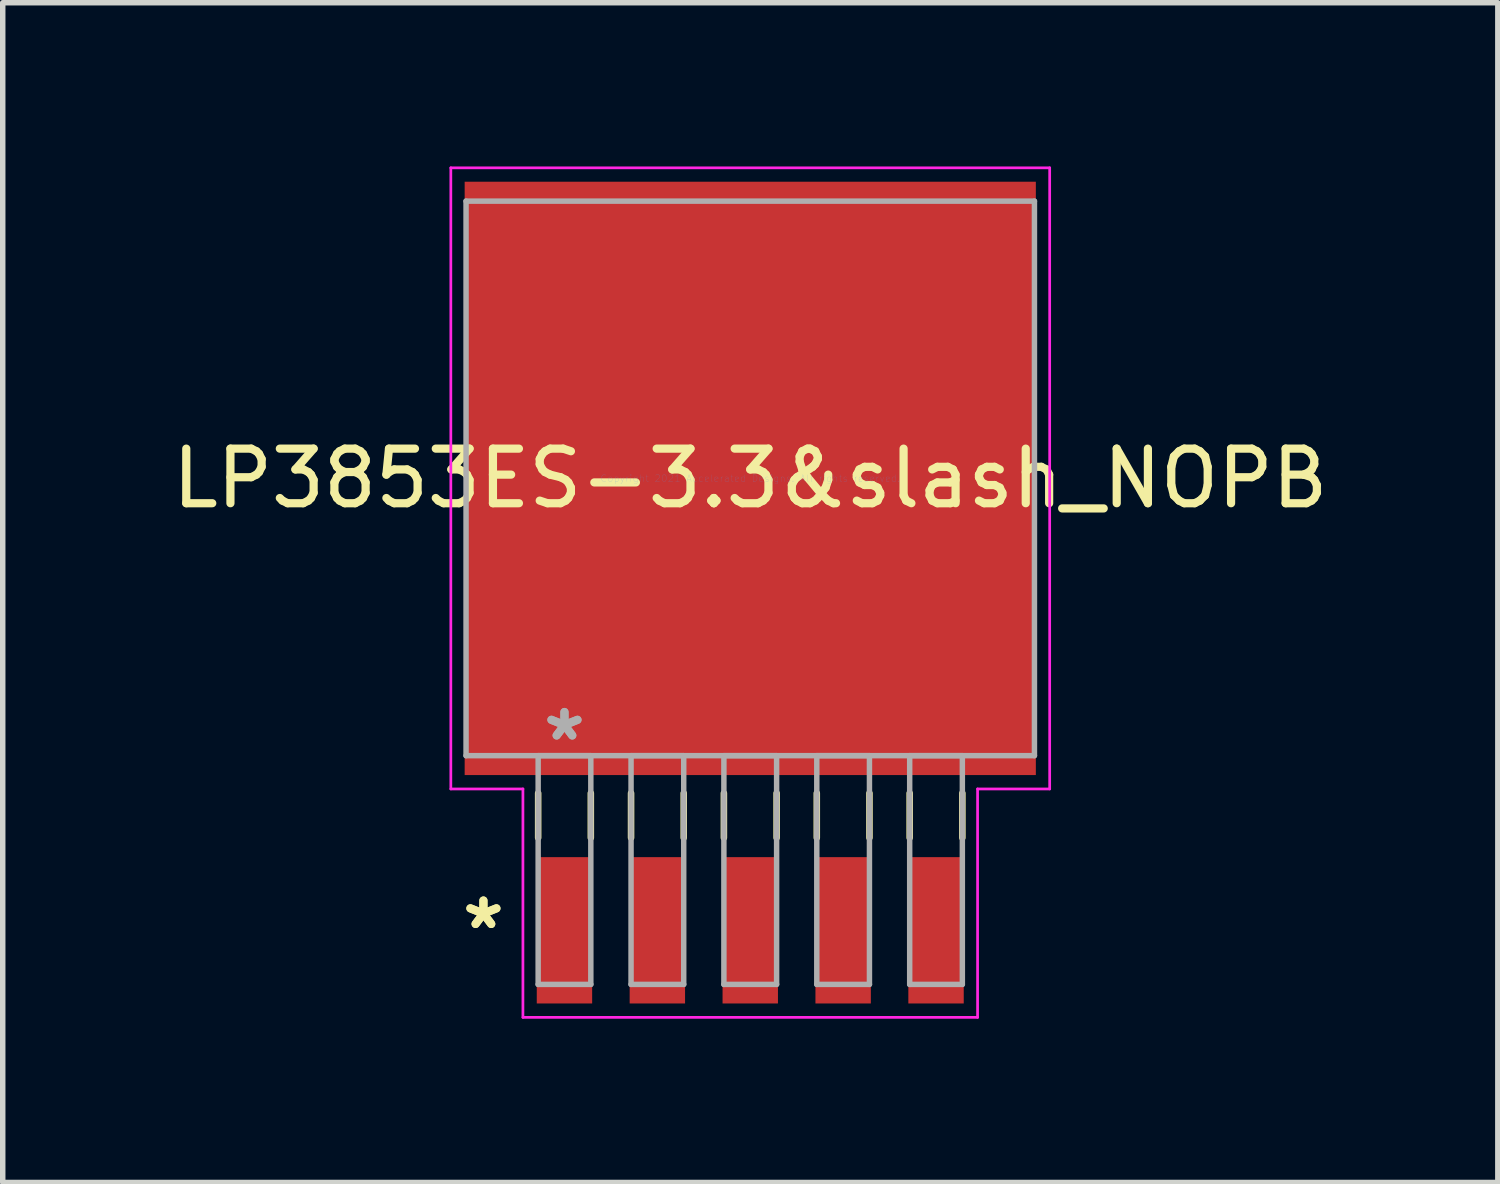
<source format=kicad_pcb>
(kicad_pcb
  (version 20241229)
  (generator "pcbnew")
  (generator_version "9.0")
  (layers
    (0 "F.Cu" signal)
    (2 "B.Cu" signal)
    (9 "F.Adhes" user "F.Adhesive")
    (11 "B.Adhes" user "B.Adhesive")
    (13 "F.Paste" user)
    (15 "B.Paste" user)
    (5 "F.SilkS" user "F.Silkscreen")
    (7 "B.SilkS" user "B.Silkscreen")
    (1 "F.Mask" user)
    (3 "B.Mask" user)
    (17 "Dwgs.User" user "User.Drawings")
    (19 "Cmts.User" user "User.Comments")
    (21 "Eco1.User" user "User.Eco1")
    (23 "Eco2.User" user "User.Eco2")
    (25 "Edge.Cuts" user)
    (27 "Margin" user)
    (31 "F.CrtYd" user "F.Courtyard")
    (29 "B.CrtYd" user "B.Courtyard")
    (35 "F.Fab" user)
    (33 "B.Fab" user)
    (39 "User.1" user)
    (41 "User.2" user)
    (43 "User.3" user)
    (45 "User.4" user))
  (footprint "LP3853ES-3.3&slash_NOPB"
    (layer "F.Cu")
    (at 10.696 5.715)
    (property "Reference" "LP3853ES-3.3&slash_NOPB" (at 0 0 0) (layer "F.SilkS") (effects (font (size 1 1) (thickness 0.15))))
    (attr through_hole)
    (fp_line (start -3.886 5.768) (end -3.886 6.584) (stroke (width 0.12) (type solid)) (layer "F.SilkS"))
    (fp_line (start -2.921 5.768) (end -2.921 6.584) (stroke (width 0.12) (type solid)) (layer "F.SilkS"))
    (fp_line (start -2.184 5.768) (end -2.184 6.584) (stroke (width 0.12) (type solid)) (layer "F.SilkS"))
    (fp_line (start -1.219 5.768) (end -1.219 6.584) (stroke (width 0.12) (type solid)) (layer "F.SilkS"))
    (fp_line (start -0.483 5.768) (end -0.483 6.584) (stroke (width 0.12) (type solid)) (layer "F.SilkS"))
    (fp_line (start 0.483 5.768) (end 0.483 6.584) (stroke (width 0.12) (type solid)) (layer "F.SilkS"))
    (fp_line (start 1.219 5.768) (end 1.219 6.584) (stroke (width 0.12) (type solid)) (layer "F.SilkS"))
    (fp_line (start 2.184 5.768) (end 2.184 6.584) (stroke (width 0.12) (type solid)) (layer "F.SilkS"))
    (fp_line (start 2.921 5.768) (end 2.921 6.584) (stroke (width 0.12) (type solid)) (layer "F.SilkS"))
    (fp_line (start 3.886 5.768) (end 3.886 6.584) (stroke (width 0.12) (type solid)) (layer "F.SilkS"))
    (fp_line (start -5.486 -5.69) (end 5.486 -5.69) (stroke (width 0.05) (type solid)) (layer "F.CrtYd"))
    (fp_line (start -5.486 5.69) (end -5.486 -5.69) (stroke (width 0.05) (type solid)) (layer "F.CrtYd"))
    (fp_line (start -4.165 5.69) (end -5.486 5.69) (stroke (width 0.05) (type solid)) (layer "F.CrtYd"))
    (fp_line (start -4.165 9.875) (end -4.165 5.69) (stroke (width 0.05) (type solid)) (layer "F.CrtYd"))
    (fp_line (start 4.165 5.69) (end 4.165 9.875) (stroke (width 0.05) (type solid)) (layer "F.CrtYd"))
    (fp_line (start 4.165 9.875) (end -4.165 9.875) (stroke (width 0.05) (type solid)) (layer "F.CrtYd"))
    (fp_line (start 5.486 -5.69) (end 5.486 5.69) (stroke (width 0.05) (type solid)) (layer "F.CrtYd"))
    (fp_line (start 5.486 5.69) (end 4.165 5.69) (stroke (width 0.05) (type solid)) (layer "F.CrtYd"))
    (fp_line (start -5.207 -5.08) (end -5.207 5.08) (stroke (width 0.1) (type solid)) (layer "F.Fab"))
    (fp_line (start -5.207 5.08) (end 5.207 5.08) (stroke (width 0.1) (type solid)) (layer "F.Fab"))
    (fp_line (start -3.886 5.08) (end -3.886 9.271) (stroke (width 0.1) (type solid)) (layer "F.Fab"))
    (fp_line (start -3.886 9.271) (end -2.921 9.271) (stroke (width 0.1) (type solid)) (layer "F.Fab"))
    (fp_line (start -2.921 5.08) (end -3.886 5.08) (stroke (width 0.1) (type solid)) (layer "F.Fab"))
    (fp_line (start -2.921 9.271) (end -2.921 5.08) (stroke (width 0.1) (type solid)) (layer "F.Fab"))
    (fp_line (start -2.184 5.08) (end -2.184 9.271) (stroke (width 0.1) (type solid)) (layer "F.Fab"))
    (fp_line (start -2.184 9.271) (end -1.219 9.271) (stroke (width 0.1) (type solid)) (layer "F.Fab"))
    (fp_line (start -1.219 5.08) (end -2.184 5.08) (stroke (width 0.1) (type solid)) (layer "F.Fab"))
    (fp_line (start -1.219 9.271) (end -1.219 5.08) (stroke (width 0.1) (type solid)) (layer "F.Fab"))
    (fp_line (start -0.483 5.08) (end -0.483 9.271) (stroke (width 0.1) (type solid)) (layer "F.Fab"))
    (fp_line (start -0.483 9.271) (end 0.483 9.271) (stroke (width 0.1) (type solid)) (layer "F.Fab"))
    (fp_line (start 0.483 5.08) (end -0.483 5.08) (stroke (width 0.1) (type solid)) (layer "F.Fab"))
    (fp_line (start 0.483 9.271) (end 0.483 5.08) (stroke (width 0.1) (type solid)) (layer "F.Fab"))
    (fp_line (start 1.219 5.08) (end 1.219 9.271) (stroke (width 0.1) (type solid)) (layer "F.Fab"))
    (fp_line (start 1.219 9.271) (end 2.184 9.271) (stroke (width 0.1) (type solid)) (layer "F.Fab"))
    (fp_line (start 2.184 5.08) (end 1.219 5.08) (stroke (width 0.1) (type solid)) (layer "F.Fab"))
    (fp_line (start 2.184 9.271) (end 2.184 5.08) (stroke (width 0.1) (type solid)) (layer "F.Fab"))
    (fp_line (start 2.921 5.08) (end 2.921 9.271) (stroke (width 0.1) (type solid)) (layer "F.Fab"))
    (fp_line (start 2.921 9.271) (end 3.886 9.271) (stroke (width 0.1) (type solid)) (layer "F.Fab"))
    (fp_line (start 3.886 5.08) (end 2.921 5.08) (stroke (width 0.1) (type solid)) (layer "F.Fab"))
    (fp_line (start 3.886 9.271) (end 3.886 5.08) (stroke (width 0.1) (type solid)) (layer "F.Fab"))
    (fp_line (start 5.207 -5.08) (end -5.207 -5.08) (stroke (width 0.1) (type solid)) (layer "F.Fab"))
    (fp_line (start 5.207 5.08) (end 5.207 -5.08) (stroke (width 0.1) (type solid)) (layer "F.Fab"))
    (fp_text user "*" (at -4.889 8.28 0) (layer "F.SilkS") (effects (font (size 1 1) (thickness 0.15))))
    (fp_text user "*" (at -4.889 8.28 0) (layer "F.SilkS") (effects (font (size 1 1) (thickness 0.15))))
    (fp_text user "Copyright 2021 Accelerated Designs. All rights reserved." (at 0 0 0) (layer "Cmts.User") (effects (font (size 0.127 0.127) (thickness 0.002))))
    (fp_text user "*" (at -3.404 4.826 0) (layer "F.Fab") (effects (font (size 1 1) (thickness 0.15))))
    (fp_text user "*" (at -3.404 4.826 0) (layer "F.Fab") (effects (font (size 1 1) (thickness 0.15))))
    (pad "1" smd rect (at -3.404 8.28) (size 1.015 2.681) (layers "F.Cu" "F.Mask" "F.Paste"))
    (pad "2" smd rect (at -1.702 8.28) (size 1.015 2.681) (layers "F.Cu" "F.Mask" "F.Paste"))
    (pad "3" smd rect (at 0 8.28) (size 1.015 2.681) (layers "F.Cu" "F.Mask" "F.Paste"))
    (pad "4" smd rect (at 1.702 8.28) (size 1.015 2.681) (layers "F.Cu" "F.Mask" "F.Paste"))
    (pad "5" smd rect (at 3.404 8.28) (size 1.015 2.681) (layers "F.Cu" "F.Mask" "F.Paste"))
    (pad "6" smd rect (at 0 0) (size 10.465 10.871) (layers "F.Cu" "F.Mask" "F.Paste")))
  (gr_rect
    (start -3 -3)
    (end 24.393 18.615)
    (stroke (width 0.1) (type default))
    (fill no)
    (layer "Edge.Cuts")))
</source>
